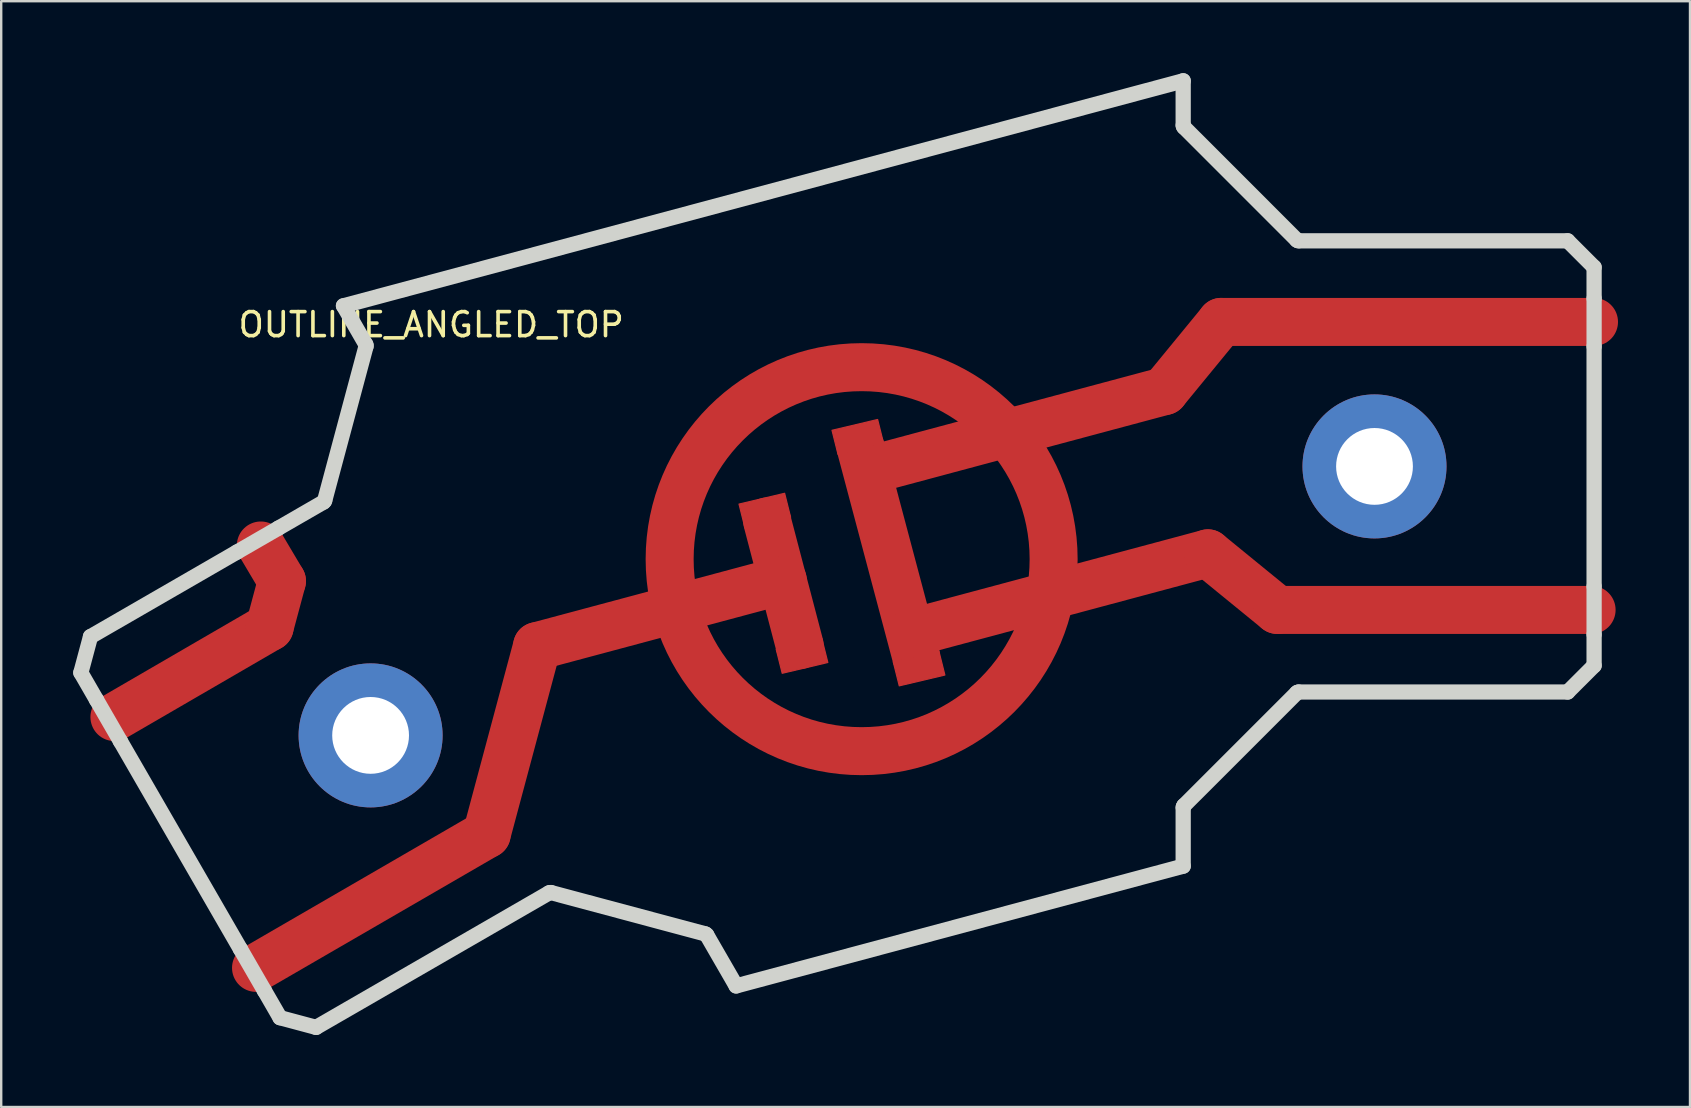
<source format=kicad_pcb>
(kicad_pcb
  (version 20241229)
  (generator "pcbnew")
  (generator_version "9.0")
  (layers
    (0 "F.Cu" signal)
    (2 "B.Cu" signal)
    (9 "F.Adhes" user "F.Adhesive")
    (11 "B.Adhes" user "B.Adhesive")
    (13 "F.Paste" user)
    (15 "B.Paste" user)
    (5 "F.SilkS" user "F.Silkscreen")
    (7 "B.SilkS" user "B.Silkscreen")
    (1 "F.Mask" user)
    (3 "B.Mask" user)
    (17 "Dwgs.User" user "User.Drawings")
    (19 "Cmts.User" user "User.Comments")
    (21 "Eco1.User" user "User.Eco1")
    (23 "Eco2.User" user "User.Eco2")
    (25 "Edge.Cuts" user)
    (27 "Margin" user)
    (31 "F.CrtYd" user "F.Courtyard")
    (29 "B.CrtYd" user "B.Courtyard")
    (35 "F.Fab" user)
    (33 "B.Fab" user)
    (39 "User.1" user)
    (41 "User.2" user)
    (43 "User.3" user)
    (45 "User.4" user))
  (footprint "OUTLINE_ANGLED_TOP"
    (layer "F.Cu")
    (at 0.318 24.979)
    (property "Reference" "OUTLINE_ANGLED_TOP" (at 14.6 -14.5 0) (unlocked yes) (layer "F.SilkS") (effects (font (size 1 1) (thickness 0.15))))
    (attr smd board_only exclude_from_pos_files exclude_from_bom)
    (fp_line (start 1.4 1.85) (end 7.867 -1.904) (stroke (width 2) (type solid)) (layer "F.Cu"))
    (fp_line (start 7.3 12.3) (end 16.911 6.731) (stroke (width 2) (type solid)) (layer "F.Cu"))
    (fp_line (start 7.867 -1.904) (end 8.38 -3.817) (stroke (width 2) (type solid)) (layer "F.Cu"))
    (fp_line (start 8.38 -3.817) (end 7.5 -5.3) (stroke (width 2) (type solid)) (layer "F.Cu"))
    (fp_line (start 16.911 6.731) (end 19.011 -1.107) (stroke (width 2) (type solid)) (layer "F.Cu"))
    (fp_line (start 19.011 -1.107) (end 24.807 -2.659) (stroke (width 2) (type solid)) (layer "F.Cu"))
    (fp_line (start 28.6 -6.3) (end 29.95 -1.15) (stroke (width 2) (type solid)) (layer "F.Cu"))
    (fp_line (start 29.25 -3.85) (end 24.807 -2.659) (stroke (width 2) (type solid)) (layer "F.Cu"))
    (fp_line (start 32.5 -9.35) (end 34.8 -0.7) (stroke (width 2) (type solid)) (layer "F.Cu"))
    (fp_line (start 32.787 -8.421) (end 38.577 -9.973) (stroke (width 2) (type solid)) (layer "F.Cu"))
    (fp_line (start 38.577 -9.973) (end 45.151 -11.734) (stroke (width 2) (type solid)) (layer "F.Cu"))
    (fp_line (start 40.389 -3.211) (end 34.599 -1.66) (stroke (width 2) (type solid)) (layer "F.Cu"))
    (fp_line (start 45.151 -11.734) (end 47.515 -14.616) (stroke (width 2) (type solid)) (layer "F.Cu"))
    (fp_line (start 46.963 -4.973) (end 40.389 -3.211) (stroke (width 2) (type solid)) (layer "F.Cu"))
    (fp_line (start 49.851 -2.616) (end 46.963 -4.973) (stroke (width 2) (type solid)) (layer "F.Cu"))
    (fp_line (start 62.95 -2.616) (end 49.851 -2.616) (stroke (width 2) (type solid)) (layer "F.Cu"))
    (fp_line (start 63.05 -14.616) (end 47.515 -14.616) (stroke (width 2) (type solid)) (layer "F.Cu"))
    (fp_circle (center 32.534 -4.73) (end 40.534 -4.73) (stroke (width 2) (type solid)) (fill no) (layer "F.Cu"))
    (fp_poly (pts (xy 27.675 -6.025) (xy 27.425 -7.025) (xy 29.325 -7.475) (xy 29.575 -6.475)) (stroke (width 0.05) (type solid)) (fill yes) (layer "F.Cu"))
    (fp_poly (pts (xy 29.225 0.025) (xy 28.975 -0.975) (xy 30.875 -1.425) (xy 31.125 -0.425)) (stroke (width 0.05) (type solid)) (fill yes) (layer "F.Cu"))
    (fp_poly (pts (xy 31.55 -9.1) (xy 31.3 -10.1) (xy 33.2 -10.55) (xy 33.45 -9.55)) (stroke (width 0.05) (type solid)) (fill yes) (layer "F.Cu"))
    (fp_poly (pts (xy 34.102 0.548) (xy 33.852 -0.452) (xy 35.752 -0.902) (xy 36.002 0.098)) (stroke (width 0.05) (type solid)) (fill yes) (layer "F.Cu"))
    (fp_line (start 1.4 1.85) (end 7.867 -1.904) (stroke (width 2) (type solid)) (layer "F.Mask"))
    (fp_line (start 7.3 12.3) (end 16.911 6.731) (stroke (width 2) (type solid)) (layer "F.Mask"))
    (fp_line (start 7.867 -1.904) (end 8.38 -3.817) (stroke (width 2) (type solid)) (layer "F.Mask"))
    (fp_line (start 8.38 -3.817) (end 7.5 -5.3) (stroke (width 2) (type solid)) (layer "F.Mask"))
    (fp_line (start 16.911 6.731) (end 19.011 -1.107) (stroke (width 2) (type solid)) (layer "F.Mask"))
    (fp_line (start 19.011 -1.107) (end 24.807 -2.659) (stroke (width 2) (type solid)) (layer "F.Mask"))
    (fp_line (start 28.6 -6.3) (end 29.95 -1.15) (stroke (width 2) (type solid)) (layer "F.Mask"))
    (fp_line (start 29.25 -3.85) (end 24.807 -2.659) (stroke (width 2) (type solid)) (layer "F.Mask"))
    (fp_line (start 32.5 -9.35) (end 34.8 -0.7) (stroke (width 2) (type solid)) (layer "F.Mask"))
    (fp_line (start 32.787 -8.421) (end 38.577 -9.973) (stroke (width 2) (type solid)) (layer "F.Mask"))
    (fp_line (start 38.577 -9.973) (end 45.151 -11.734) (stroke (width 2) (type solid)) (layer "F.Mask"))
    (fp_line (start 40.389 -3.211) (end 34.599 -1.66) (stroke (width 2) (type solid)) (layer "F.Mask"))
    (fp_line (start 45.151 -11.734) (end 47.515 -14.616) (stroke (width 2) (type solid)) (layer "F.Mask"))
    (fp_line (start 46.963 -4.973) (end 40.389 -3.211) (stroke (width 2) (type solid)) (layer "F.Mask"))
    (fp_line (start 49.851 -2.616) (end 46.963 -4.973) (stroke (width 2) (type solid)) (layer "F.Mask"))
    (fp_line (start 62.95 -2.616) (end 49.851 -2.616) (stroke (width 2) (type solid)) (layer "F.Mask"))
    (fp_line (start 63.05 -14.616) (end 47.515 -14.616) (stroke (width 2) (type solid)) (layer "F.Mask"))
    (fp_circle (center 32.534 -4.73) (end 40.534 -4.73) (stroke (width 2) (type solid)) (fill no) (layer "F.Mask"))
    (fp_poly (pts (xy 27.675 -6.025) (xy 27.425 -7.025) (xy 29.325 -7.475) (xy 29.575 -6.475)) (stroke (width 0.05) (type solid)) (fill yes) (layer "F.Mask"))
    (fp_poly (pts (xy 29.225 0.025) (xy 28.975 -0.975) (xy 30.875 -1.425) (xy 31.125 -0.425)) (stroke (width 0.05) (type solid)) (fill yes) (layer "F.Mask"))
    (fp_poly (pts (xy 31.55 -9.1) (xy 31.3 -10.1) (xy 33.2 -10.55) (xy 33.45 -9.55)) (stroke (width 0.05) (type solid)) (fill yes) (layer "F.Mask"))
    (fp_poly (pts (xy 34.102 0.548) (xy 33.852 -0.452) (xy 35.752 -0.902) (xy 36.002 0.098)) (stroke (width 0.05) (type solid)) (fill yes) (layer "F.Mask"))
    (fp_line (start 0 0) (end 0.65 1.126) (stroke (width 0.635) (type solid)) (layer "Edge.Cuts"))
    (fp_line (start 0.403 -1.503) (end 0 0) (stroke (width 0.635) (type solid)) (layer "Edge.Cuts"))
    (fp_line (start 0.65 1.126) (end 1.65 2.858) (stroke (width 0.635) (type solid)) (layer "Edge.Cuts"))
    (fp_line (start 1.65 2.858) (end 6.65 11.518) (stroke (width 0.635) (type solid)) (layer "Edge.Cuts"))
    (fp_line (start 6.508 -5.028) (end 0.403 -1.503) (stroke (width 0.635) (type solid)) (layer "Edge.Cuts"))
    (fp_line (start 6.65 11.518) (end 7.65 13.25) (stroke (width 0.635) (type solid)) (layer "Edge.Cuts"))
    (fp_line (start 7.65 13.25) (end 8.3 14.376) (stroke (width 0.635) (type solid)) (layer "Edge.Cuts"))
    (fp_line (start 8.24 -6.028) (end 6.508 -5.028) (stroke (width 0.635) (type solid)) (layer "Edge.Cuts"))
    (fp_line (start 8.3 14.376) (end 9.803 14.779) (stroke (width 0.635) (type solid)) (layer "Edge.Cuts"))
    (fp_line (start 9.803 14.779) (end 19.514 9.172) (stroke (width 0.635) (type solid)) (layer "Edge.Cuts"))
    (fp_line (start 10.114 -7.11) (end 8.24 -6.028) (stroke (width 0.635) (type solid)) (layer "Edge.Cuts"))
    (fp_line (start 10.944 -15.287) (end 11.874 -13.676) (stroke (width 0.635) (type solid)) (layer "Edge.Cuts"))
    (fp_line (start 10.944 -15.287) (end 45.932 -24.662) (stroke (width 0.635) (type solid)) (layer "Edge.Cuts"))
    (fp_line (start 11.884 -13.6) (end 10.161 -7.17) (stroke (width 0.635) (type solid)) (layer "Edge.Cuts"))
    (fp_line (start 19.59 9.162) (end 26.02 10.884) (stroke (width 0.635) (type solid)) (layer "Edge.Cuts"))
    (fp_line (start 26.081 10.931) (end 27.305 13.052) (stroke (width 0.635) (type solid)) (layer "Edge.Cuts"))
    (fp_line (start 27.305 13.052) (end 45.932 8.061) (stroke (width 0.635) (type solid)) (layer "Edge.Cuts"))
    (fp_line (start 45.932 -24.662) (end 45.932 -22.802) (stroke (width 0.635) (type solid)) (layer "Edge.Cuts"))
    (fp_line (start 45.932 8.061) (end 45.932 5.612) (stroke (width 0.635) (type solid)) (layer "Edge.Cuts"))
    (fp_line (start 45.962 -22.732) (end 50.669 -18.024) (stroke (width 0.635) (type solid)) (layer "Edge.Cuts"))
    (fp_line (start 45.962 5.541) (end 50.669 0.834) (stroke (width 0.635) (type solid)) (layer "Edge.Cuts"))
    (fp_line (start 50.739 0.805) (end 61.954 0.805) (stroke (width 0.635) (type solid)) (layer "Edge.Cuts"))
    (fp_line (start 61.954 -17.995) (end 50.739 -17.995) (stroke (width 0.635) (type solid)) (layer "Edge.Cuts"))
    (fp_line (start 61.954 0.805) (end 63.054 -0.295) (stroke (width 0.635) (type solid)) (layer "Edge.Cuts"))
    (fp_line (start 63.054 -16.895) (end 61.954 -17.995) (stroke (width 0.635) (type solid)) (layer "Edge.Cuts"))
    (fp_line (start 63.054 -15.595) (end 63.054 -16.895) (stroke (width 0.635) (type solid)) (layer "Edge.Cuts"))
    (fp_line (start 63.054 -13.595) (end 63.054 -15.595) (stroke (width 0.635) (type solid)) (layer "Edge.Cuts"))
    (fp_line (start 63.054 -3.595) (end 63.054 -13.595) (stroke (width 0.635) (type solid)) (layer "Edge.Cuts"))
    (fp_line (start 63.054 -1.595) (end 63.054 -3.595) (stroke (width 0.635) (type solid)) (layer "Edge.Cuts"))
    (fp_line (start 63.054 -0.295) (end 63.054 -1.595) (stroke (width 0.635) (type solid)) (layer "Edge.Cuts"))
    (fp_arc (start 10.161015 -7.170456) (mid 10.143757 -7.135463) (end 10.114422 -7.109735) (stroke (width 0.635) (type solid)) (layer "Edge.Cuts"))
    (fp_arc (start 11.873945 -13.676365) (mid 11.886504 -13.639417) (end 11.883935 -13.600483) (stroke (width 0.635) (type solid)) (layer "Edge.Cuts"))
    (fp_arc (start 19.514422 9.171542) (mid 19.551371 9.15899) (end 19.590304 9.161552) (stroke (width 0.635) (type solid)) (layer "Edge.Cuts"))
    (fp_arc (start 26.020331 10.884473) (mid 26.055329 10.901727) (end 26.081052 10.931066) (stroke (width 0.635) (type solid)) (layer "Edge.Cuts"))
    (fp_arc (start 45.93223 5.611959) (mid 45.939846 5.573692) (end 45.961519 5.541248) (stroke (width 0.635) (type solid)) (layer "Edge.Cuts"))
    (fp_arc (start 45.961519 -22.731544) (mid 45.939857 -22.76399) (end 45.93223 -22.802255) (stroke (width 0.635) (type solid)) (layer "Edge.Cuts"))
    (fp_arc (start 50.668626 0.834141) (mid 50.701069 0.812462) (end 50.739337 0.804852) (stroke (width 0.635) (type solid)) (layer "Edge.Cuts"))
    (fp_arc (start 50.739337 -17.995148) (mid 50.701074 -18.002768) (end 50.668626 -18.024438) (stroke (width 0.635) (type solid)) (layer "Edge.Cuts"))
    (fp_line (start 0 0) (end 0.65 1.126) (stroke (width 0.635) (type solid)) (layer "User.7"))
    (fp_line (start 0.403 -1.503) (end 0 0) (stroke (width 0.635) (type solid)) (layer "User.7"))
    (fp_line (start 0.65 1.126) (end 1.65 2.858) (stroke (width 0.635) (type solid)) (layer "User.7"))
    (fp_line (start 1.65 2.858) (end 6.65 11.518) (stroke (width 0.635) (type solid)) (layer "User.7"))
    (fp_line (start 1.65 2.858) (end 8.72 -1.224) (stroke (width 0.635) (type solid)) (layer "User.7"))
    (fp_line (start 6.508 -5.028) (end 0.403 -1.503) (stroke (width 0.635) (type solid)) (layer "User.7"))
    (fp_line (start 6.508 -5.028) (end 7.301 -3.654) (stroke (width 0.635) (type solid)) (layer "User.7"))
    (fp_line (start 6.65 11.518) (end 7.65 13.25) (stroke (width 0.635) (type solid)) (layer "User.7"))
    (fp_line (start 7.003 -2.542) (end 0.65 1.126) (stroke (width 0.635) (type solid)) (layer "User.7"))
    (fp_line (start 7.301 -3.654) (end 7.003 -2.542) (stroke (width 0.635) (type solid)) (layer "User.7"))
    (fp_line (start 7.65 13.25) (end 8.3 14.376) (stroke (width 0.635) (type solid)) (layer "User.7"))
    (fp_line (start 7.65 13.25) (end 17.764 7.411) (stroke (width 0.635) (type solid)) (layer "User.7"))
    (fp_line (start 8.24 -6.028) (end 6.508 -5.028) (stroke (width 0.635) (type solid)) (layer "User.7"))
    (fp_line (start 8.3 14.376) (end 9.803 14.779) (stroke (width 0.635) (type solid)) (layer "User.7"))
    (fp_line (start 8.72 -1.224) (end 9.447 -3.937) (stroke (width 0.635) (type solid)) (layer "User.7"))
    (fp_line (start 9.447 -3.937) (end 8.24 -6.028) (stroke (width 0.635) (type solid)) (layer "User.7"))
    (fp_line (start 9.803 14.779) (end 19.514 9.172) (stroke (width 0.635) (type solid)) (layer "User.7"))
    (fp_line (start 10.114 -7.11) (end 8.24 -6.028) (stroke (width 0.635) (type solid)) (layer "User.7"))
    (fp_line (start 10.944 -15.287) (end 11.874 -13.676) (stroke (width 0.635) (type solid)) (layer "User.7"))
    (fp_line (start 10.944 -15.287) (end 45.932 -24.662) (stroke (width 0.635) (type solid)) (layer "User.7"))
    (fp_line (start 11.884 -13.6) (end 10.161 -7.17) (stroke (width 0.635) (type solid)) (layer "User.7"))
    (fp_line (start 12.074 3.756) (end 12.074 1.47) (stroke (width 0.635) (type solid)) (layer "User.7"))
    (fp_line (start 13.217 2.613) (end 10.931 2.613) (stroke (width 0.635) (type solid)) (layer "User.7"))
    (fp_line (start 16.047 6.093) (end 6.65 11.518) (stroke (width 0.635) (type solid)) (layer "User.7"))
    (fp_line (start 17.764 7.411) (end 19.822 -0.269) (stroke (width 0.635) (type solid)) (layer "User.7"))
    (fp_line (start 18.189 -1.902) (end 16.047 6.093) (stroke (width 0.635) (type solid)) (layer "User.7"))
    (fp_line (start 19.59 9.162) (end 26.02 10.884) (stroke (width 0.635) (type solid)) (layer "User.7"))
    (fp_line (start 19.822 -0.269) (end 24.148 -1.428) (stroke (width 0.635) (type solid)) (layer "User.7"))
    (fp_line (start 23.63 -3.36) (end 18.189 -1.902) (stroke (width 0.635) (type solid)) (layer "User.7"))
    (fp_line (start 26.081 10.931) (end 27.305 13.052) (stroke (width 0.635) (type solid)) (layer "User.7"))
    (fp_line (start 26.095 -1.95) (end 28.537 -2.604) (stroke (width 0.635) (type solid)) (layer "User.7"))
    (fp_line (start 27.305 13.052) (end 45.932 8.061) (stroke (width 0.635) (type solid)) (layer "User.7"))
    (fp_line (start 27.373 -6.951) (end 28.02 -4.536) (stroke (width 0.635) (type solid)) (layer "User.7"))
    (fp_line (start 28.02 -4.536) (end 25.578 -3.882) (stroke (width 0.635) (type solid)) (layer "User.7"))
    (fp_line (start 28.537 -2.604) (end 29.184 -0.189) (stroke (width 0.635) (type solid)) (layer "User.7"))
    (fp_line (start 29.184 -0.189) (end 31.116 -0.707) (stroke (width 0.635) (type solid)) (layer "User.7"))
    (fp_line (start 29.304 -7.468) (end 27.373 -6.951) (stroke (width 0.635) (type solid)) (layer "User.7"))
    (fp_line (start 31.116 -0.707) (end 29.304 -7.468) (stroke (width 0.635) (type solid)) (layer "User.7"))
    (fp_line (start 31.298 -10.073) (end 34.145 0.552) (stroke (width 0.635) (type solid)) (layer "User.7"))
    (fp_line (start 33.23 -10.591) (end 31.298 -10.073) (stroke (width 0.635) (type solid)) (layer "User.7"))
    (fp_line (start 33.489 -9.625) (end 33.23 -10.591) (stroke (width 0.635) (type solid)) (layer "User.7"))
    (fp_line (start 34.007 -7.693) (end 38.197 -8.816) (stroke (width 0.635) (type solid)) (layer "User.7"))
    (fp_line (start 34.145 0.552) (end 36.077 0.034) (stroke (width 0.635) (type solid)) (layer "User.7"))
    (fp_line (start 35.301 -2.863) (end 34.007 -7.693) (stroke (width 0.635) (type solid)) (layer "User.7"))
    (fp_line (start 35.818 -0.932) (end 38.872 -1.75) (stroke (width 0.635) (type solid)) (layer "User.7"))
    (fp_line (start 36.077 0.034) (end 35.818 -0.932) (stroke (width 0.635) (type solid)) (layer "User.7"))
    (fp_line (start 36.543 -10.443) (end 33.489 -9.625) (stroke (width 0.635) (type solid)) (layer "User.7"))
    (fp_line (start 39.491 -3.986) (end 35.301 -2.863) (stroke (width 0.635) (type solid)) (layer "User.7"))
    (fp_line (start 40.233 -9.361) (end 45.715 -10.83) (stroke (width 0.635) (type solid)) (layer "User.7"))
    (fp_line (start 41.222 -2.38) (end 46.722 -3.853) (stroke (width 0.635) (type solid)) (layer "User.7"))
    (fp_line (start 44.576 -12.596) (end 38.893 -11.073) (stroke (width 0.635) (type solid)) (layer "User.7"))
    (fp_line (start 45.715 -10.83) (end 47.982 -13.595) (stroke (width 0.635) (type solid)) (layer "User.7"))
    (fp_line (start 45.932 -24.662) (end 45.932 -22.802) (stroke (width 0.635) (type solid)) (layer "User.7"))
    (fp_line (start 45.932 8.061) (end 45.932 5.612) (stroke (width 0.635) (type solid)) (layer "User.7"))
    (fp_line (start 45.962 -22.732) (end 50.669 -18.024) (stroke (width 0.635) (type solid)) (layer "User.7"))
    (fp_line (start 45.962 5.541) (end 50.669 0.834) (stroke (width 0.635) (type solid)) (layer "User.7"))
    (fp_line (start 46.722 -3.853) (end 49.489 -1.595) (stroke (width 0.635) (type solid)) (layer "User.7"))
    (fp_line (start 47.036 -15.595) (end 44.576 -12.596) (stroke (width 0.635) (type solid)) (layer "User.7"))
    (fp_line (start 47.193 -6.05) (end 41.527 -4.532) (stroke (width 0.635) (type solid)) (layer "User.7"))
    (fp_line (start 47.982 -13.595) (end 63.054 -13.595) (stroke (width 0.635) (type solid)) (layer "User.7"))
    (fp_line (start 50.202 -3.595) (end 47.193 -6.05) (stroke (width 0.635) (type solid)) (layer "User.7"))
    (fp_line (start 50.739 0.805) (end 61.954 0.805) (stroke (width 0.635) (type solid)) (layer "User.7"))
    (fp_line (start 53.904 -8.024) (end 53.904 -9.167) (stroke (width 0.635) (type solid)) (layer "User.7"))
    (fp_line (start 54.475 -8.595) (end 53.332 -8.595) (stroke (width 0.635) (type solid)) (layer "User.7"))
    (fp_line (start 61.954 -17.995) (end 50.739 -17.995) (stroke (width 0.635) (type solid)) (layer "User.7"))
    (fp_line (start 61.954 0.805) (end 63.054 -0.295) (stroke (width 0.635) (type solid)) (layer "User.7"))
    (fp_line (start 63.054 -16.895) (end 61.954 -17.995) (stroke (width 0.635) (type solid)) (layer "User.7"))
    (fp_line (start 63.054 -15.595) (end 47.036 -15.595) (stroke (width 0.635) (type solid)) (layer "User.7"))
    (fp_line (start 63.054 -15.595) (end 63.054 -16.895) (stroke (width 0.635) (type solid)) (layer "User.7"))
    (fp_line (start 63.054 -13.595) (end 63.054 -15.595) (stroke (width 0.635) (type solid)) (layer "User.7"))
    (fp_line (start 63.054 -3.595) (end 50.202 -3.595) (stroke (width 0.635) (type solid)) (layer "User.7"))
    (fp_line (start 63.054 -3.595) (end 63.054 -13.595) (stroke (width 0.635) (type solid)) (layer "User.7"))
    (fp_line (start 63.054 -1.595) (end 63.054 -3.595) (stroke (width 0.635) (type solid)) (layer "User.7"))
    (fp_line (start 63.054 -0.295) (end 63.054 -1.595) (stroke (width 0.635) (type solid)) (layer "User.7"))
    (fp_arc (start 10.161015 -7.170456) (mid 10.143757 -7.135463) (end 10.114422 -7.109735) (stroke (width 0.635) (type solid)) (layer "User.7"))
    (fp_arc (start 11.873945 -13.676365) (mid 11.886504 -13.639417) (end 11.883935 -13.600483) (stroke (width 0.635) (type solid)) (layer "User.7"))
    (fp_arc (start 19.514422 9.171542) (mid 19.551371 9.15899) (end 19.590304 9.161552) (stroke (width 0.635) (type solid)) (layer "User.7"))
    (fp_arc (start 23.630228 -3.359877) (mid 28.469204 -12.741474) (end 38.892511 -11.07286) (stroke (width 0.635) (type solid)) (layer "User.7"))
    (fp_arc (start 25.577601 -3.881674) (mid 28.934177 -10.715635) (end 36.543065 -10.443328) (stroke (width 0.635) (type solid)) (layer "User.7"))
    (fp_arc (start 26.020331 10.884473) (mid 26.055329 10.901727) (end 26.081052 10.931066) (stroke (width 0.635) (type solid)) (layer "User.7"))
    (fp_arc (start 38.197062 -8.815963) (mid 39.290024 -6.520632) (end 39.491158 -3.986333) (stroke (width 0.635) (type solid)) (layer "User.7"))
    (fp_arc (start 38.872436 -1.749995) (mid 32.419093 2.290223) (end 26.095239 -1.949822) (stroke (width 0.635) (type solid)) (layer "User.7"))
    (fp_arc (start 40.232712 -9.361413) (mid 41.221877 -7.038269) (end 41.526807 -4.531784) (stroke (width 0.635) (type solid)) (layer "User.7"))
    (fp_arc (start 41.221883 -2.379528) (mid 33.029331 4.277132) (end 24.147866 -1.428025) (stroke (width 0.635) (type solid)) (layer "User.7"))
    (fp_arc (start 45.93223 5.611959) (mid 45.939846 5.573692) (end 45.961519 5.541248) (stroke (width 0.635) (type solid)) (layer "User.7"))
    (fp_arc (start 45.961519 -22.731544) (mid 45.939857 -22.76399) (end 45.93223 -22.802255) (stroke (width 0.635) (type solid)) (layer "User.7"))
    (fp_arc (start 50.668626 0.834141) (mid 50.701069 0.812462) (end 50.739337 0.804852) (stroke (width 0.635) (type solid)) (layer "User.7"))
    (fp_arc (start 50.739337 -17.995148) (mid 50.701074 -18.002768) (end 50.668626 -18.024438) (stroke (width 0.635) (type solid)) (layer "User.7"))
    (fp_circle (center 12.074 2.613) (end 13.674 2.613) (stroke (width 0.635) (type solid)) (fill no) (layer "User.7"))
    (fp_circle (center 53.904 -8.595) (end 55.504 -8.595) (stroke (width 0.635) (type solid)) (fill no) (layer "User.7"))
    (fp_text user "*fill underside*" (at 11.35 -19.6 0) (unlocked yes) (layer "User.7") (effects (font (size 1 1) (thickness 0.15)) (justify left bottom)))
    (pad "" smd circle (at 32.55 -4.7) (size 18 18) (layers "*.Mask"))
    (pad "~" thru_hole circle (at 12.074 2.613) (size 6 6) (drill 3.2) (layers "*.Cu" "*.Mask"))
    (pad "~" thru_hole circle (at 53.904 -8.595) (size 6 6) (drill 3.2) (layers "*.Cu" "*.Mask")))
  (gr_rect
    (start -3 -3)
    (end 67.368 43.075)
    (stroke (width 0.1) (type default))
    (fill no)
    (layer "Edge.Cuts")))
</source>
